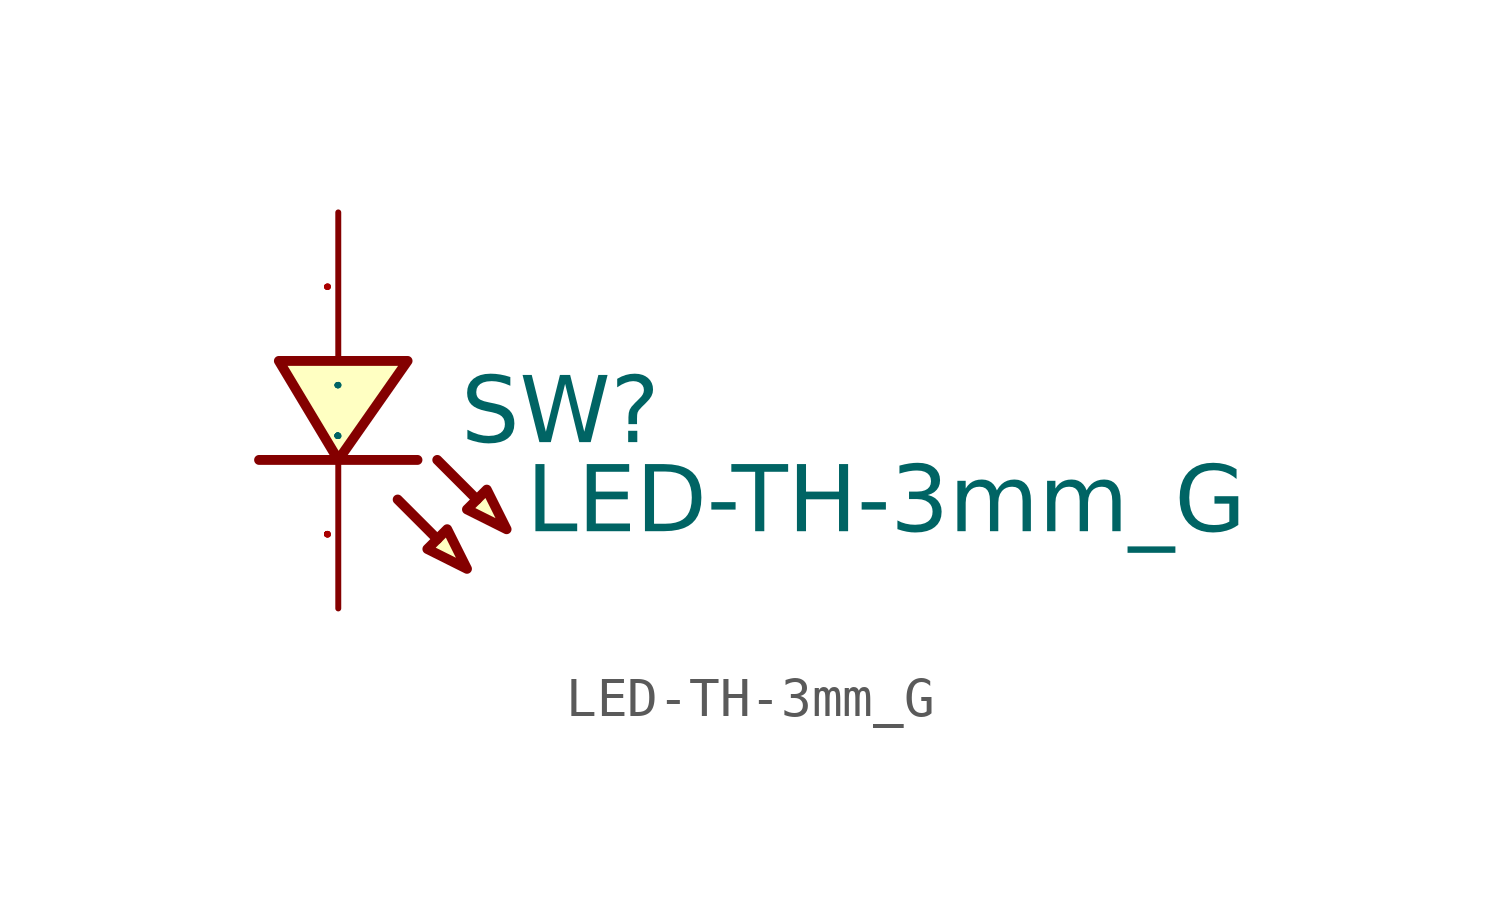
<source format=kicad_sym>
(kicad_symbol_lib
  (version 20231120)
  (generator "kicad_symbol_editor")
  (generator_version "8.0")
  (symbol "LED-TH-3mm_G"
    (property "Reference" "SW"
      (at 3.15 0.876 0)
      (effects (font (face "Arial") (size 1.689 1.689)) (justify left top)))
    (property "Value" "LED-TH-3mm_G"
      (at 4.826 -1.41 0)
      (effects (font (face "Arial") (size 1.689 1.689)) (justify left top)))
    (symbol "LED-TH-3mm_G_0_0"
      (polyline (pts (xy 1.524 -2.286) (xy 2.54 -3.302)) (stroke (width 0.254) (type solid)) (fill (type outline)))
      (polyline (pts (xy 2.032 -1.27) (xy -2.032 -1.27)) (stroke (width 0.254) (type solid)) (fill (type background)))
      (polyline (pts (xy 2.54 -1.27) (xy 3.556 -2.286)) (stroke (width 0.254) (type solid)) (fill (type outline)))
      (polyline (pts (xy -1.524 1.27) (xy 0 -1.27) (xy 1.778 1.27) (xy -1.524 1.27)) (stroke (width 0.254) (type solid)) (fill (type background)))
      (polyline (pts (xy 3.302 -4.064) (xy 2.794 -3.048) (xy 2.286 -3.556) (xy 3.302 -4.064)) (stroke (width 0.254) (type solid)) (fill (type background)))
      (polyline (pts (xy 4.318 -3.048) (xy 3.81 -2.032) (xy 3.302 -2.54) (xy 4.318 -3.048)) (stroke (width 0.254) (type solid)) (fill (type background)))
      (pin unspecified line (at 0 5.08 270) (length 3.81) (name "1" (effects (font (size 0.025 0.025)))) (number "1" (effects (font (size 0.025 0.025)))))
      (pin unspecified line (at 0 -5.08 90) (length 3.81) (name "2" (effects (font (size 0.025 0.025)))) (number "2" (effects (font (size 0.025 0.025))))))))
</source>
